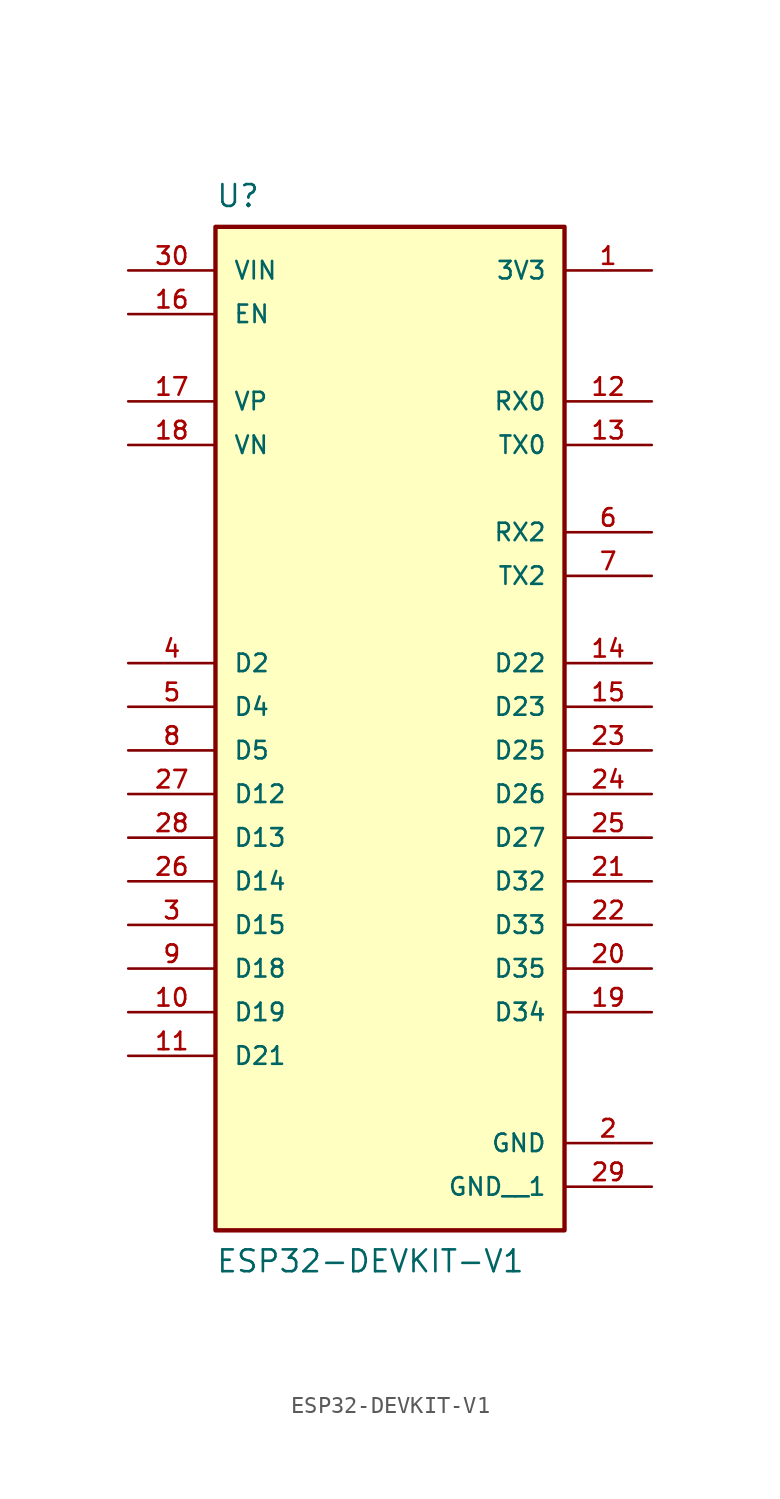
<source format=kicad_sym>
(kicad_symbol_lib
  (version 20231120)
  (generator "kicad_symbol_editor")
  (generator_version "8.0")
  (symbol "ESP32-DEVKIT-V1"
    (pin_names
      (offset 1.016))
    (property "Reference" "U"
      (at -10.16 30.48 0)
      (effects (font (size 1.27 1.27)) (justify left top)))
    (property "Value" "ESP32-DEVKIT-V1"
      (at -10.16 -33.02 0)
      (effects (font (size 1.27 1.27)) (justify left bottom)))
    (symbol "ESP32-DEVKIT-V1_0_0"
      (rectangle (start -10.16 -30.48) (end 10.16 27.94) (stroke (width 0.254) (type default)) (fill (type background)))
      (pin bidirectional line (at -15.24 -17.78 0) (length 5.08) (name "D19" (effects (font (size 1.016 1.016)))) (number "10" (effects (font (size 1.016 1.016)))))
      (pin bidirectional line (at -15.24 -20.32 0) (length 5.08) (name "D21" (effects (font (size 1.016 1.016)))) (number "11" (effects (font (size 1.016 1.016)))))
      (pin input line (at 15.24 17.78 180) (length 5.08) (name "RX0" (effects (font (size 1.016 1.016)))) (number "12" (effects (font (size 1.016 1.016)))))
      (pin output line (at 15.24 15.24 180) (length 5.08) (name "TX0" (effects (font (size 1.016 1.016)))) (number "13" (effects (font (size 1.016 1.016)))))
      (pin bidirectional line (at 15.24 2.54 180) (length 5.08) (name "D22" (effects (font (size 1.016 1.016)))) (number "14" (effects (font (size 1.016 1.016)))))
      (pin bidirectional line (at 15.24 0 180) (length 5.08) (name "D23" (effects (font (size 1.016 1.016)))) (number "15" (effects (font (size 1.016 1.016)))))
      (pin input line (at -15.24 22.86 0) (length 5.08) (name "EN" (effects (font (size 1.016 1.016)))) (number "16" (effects (font (size 1.016 1.016)))))
      (pin bidirectional line (at -15.24 17.78 0) (length 5.08) (name "VP" (effects (font (size 1.016 1.016)))) (number "17" (effects (font (size 1.016 1.016)))))
      (pin bidirectional line (at -15.24 15.24 0) (length 5.08) (name "VN" (effects (font (size 1.016 1.016)))) (number "18" (effects (font (size 1.016 1.016)))))
      (pin bidirectional line (at 15.24 -17.78 180) (length 5.08) (name "D34" (effects (font (size 1.016 1.016)))) (number "19" (effects (font (size 1.016 1.016)))))
      (pin power_in line (at 15.24 -25.4 180) (length 5.08) (name "GND" (effects (font (size 1.016 1.016)))) (number "2" (effects (font (size 1.016 1.016)))))
      (pin bidirectional line (at 15.24 -15.24 180) (length 5.08) (name "D35" (effects (font (size 1.016 1.016)))) (number "20" (effects (font (size 1.016 1.016)))))
      (pin bidirectional line (at 15.24 -10.16 180) (length 5.08) (name "D32" (effects (font (size 1.016 1.016)))) (number "21" (effects (font (size 1.016 1.016)))))
      (pin bidirectional line (at 15.24 -12.7 180) (length 5.08) (name "D33" (effects (font (size 1.016 1.016)))) (number "22" (effects (font (size 1.016 1.016)))))
      (pin bidirectional line (at 15.24 -2.54 180) (length 5.08) (name "D25" (effects (font (size 1.016 1.016)))) (number "23" (effects (font (size 1.016 1.016)))))
      (pin bidirectional line (at 15.24 -5.08 180) (length 5.08) (name "D26" (effects (font (size 1.016 1.016)))) (number "24" (effects (font (size 1.016 1.016)))))
      (pin bidirectional line (at 15.24 -7.62 180) (length 5.08) (name "D27" (effects (font (size 1.016 1.016)))) (number "25" (effects (font (size 1.016 1.016)))))
      (pin bidirectional line (at -15.24 -10.16 0) (length 5.08) (name "D14" (effects (font (size 1.016 1.016)))) (number "26" (effects (font (size 1.016 1.016)))))
      (pin bidirectional line (at -15.24 -5.08 0) (length 5.08) (name "D12" (effects (font (size 1.016 1.016)))) (number "27" (effects (font (size 1.016 1.016)))))
      (pin bidirectional line (at -15.24 -7.62 0) (length 5.08) (name "D13" (effects (font (size 1.016 1.016)))) (number "28" (effects (font (size 1.016 1.016)))))
      (pin power_in line (at 15.24 -27.94 180) (length 5.08) (name "GND__1" (effects (font (size 1.016 1.016)))) (number "29" (effects (font (size 1.016 1.016)))))
      (pin bidirectional line (at -15.24 -12.7 0) (length 5.08) (name "D15" (effects (font (size 1.016 1.016)))) (number "3" (effects (font (size 1.016 1.016)))))
      (pin input line (at -15.24 25.4 0) (length 5.08) (name "VIN" (effects (font (size 1.016 1.016)))) (number "30" (effects (font (size 1.016 1.016)))))
      (pin bidirectional line (at -15.24 2.54 0) (length 5.08) (name "D2" (effects (font (size 1.016 1.016)))) (number "4" (effects (font (size 1.016 1.016)))))
      (pin bidirectional line (at -15.24 0 0) (length 5.08) (name "D4" (effects (font (size 1.016 1.016)))) (number "5" (effects (font (size 1.016 1.016)))))
      (pin input line (at 15.24 10.16 180) (length 5.08) (name "RX2" (effects (font (size 1.016 1.016)))) (number "6" (effects (font (size 1.016 1.016)))))
      (pin output line (at 15.24 7.62 180) (length 5.08) (name "TX2" (effects (font (size 1.016 1.016)))) (number "7" (effects (font (size 1.016 1.016)))))
      (pin bidirectional line (at -15.24 -2.54 0) (length 5.08) (name "D5" (effects (font (size 1.016 1.016)))) (number "8" (effects (font (size 1.016 1.016)))))
      (pin bidirectional line (at -15.24 -15.24 0) (length 5.08) (name "D18" (effects (font (size 1.016 1.016)))) (number "9" (effects (font (size 1.016 1.016))))))
    (symbol "ESP32-DEVKIT-V1_1_0"
      (pin input line (at 15.24 25.4 180) (length 5.08) (name "3V3" (effects (font (size 1.016 1.016)))) (number "1" (effects (font (size 1.016 1.016))))))))
</source>
